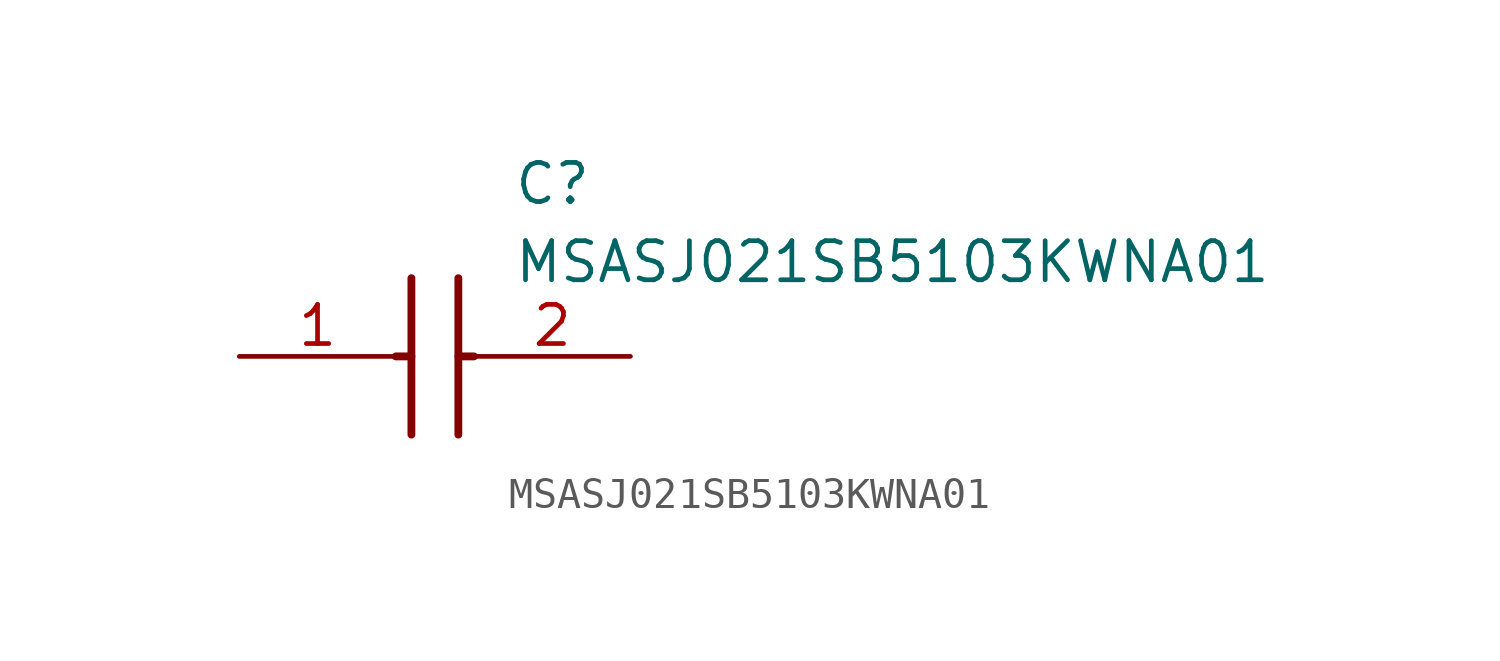
<source format=kicad_sym>
(kicad_symbol_lib
  (version 20211014)
  (generator SamacSys_ECAD_Model)
  (symbol "MSASJ021SB5103KWNA01"
    (pin_names hide)
    (property "Reference" "C"
      (at 8.89 6.35 0)
      (effects (font (size 1.27 1.27)) (justify left top)))
    (property "Value" "MSASJ021SB5103KWNA01"
      (at 8.89 3.81 0)
      (effects (font (size 1.27 1.27)) (justify left top)))
    (polyline
      (pts (xy 5.588 2.54) (xy 5.588 -2.54))
      (stroke (width 0.254) (type default))
      (fill (type none)))
    (polyline
      (pts (xy 7.112 2.54) (xy 7.112 -2.54))
      (stroke (width 0.254) (type default))
      (fill (type none)))
    (polyline
      (pts (xy 5.08 0) (xy 5.588 0))
      (stroke (width 0.254) (type default))
      (fill (type none)))
    (polyline
      (pts (xy 7.112 0) (xy 7.62 0))
      (stroke (width 0.254) (type default))
      (fill (type none)))
    (pin passive line
      (at 0 0 0)
      (length 5.08)
      (name "1" (effects (font (size 1.27 1.27))))
      (number "1" (effects (font (size 1.27 1.27)))))
    (pin passive line
      (at 12.7 0 180)
      (length 5.08)
      (name "2" (effects (font (size 1.27 1.27))))
      (number "2" (effects (font (size 1.27 1.27)))))))
</source>
